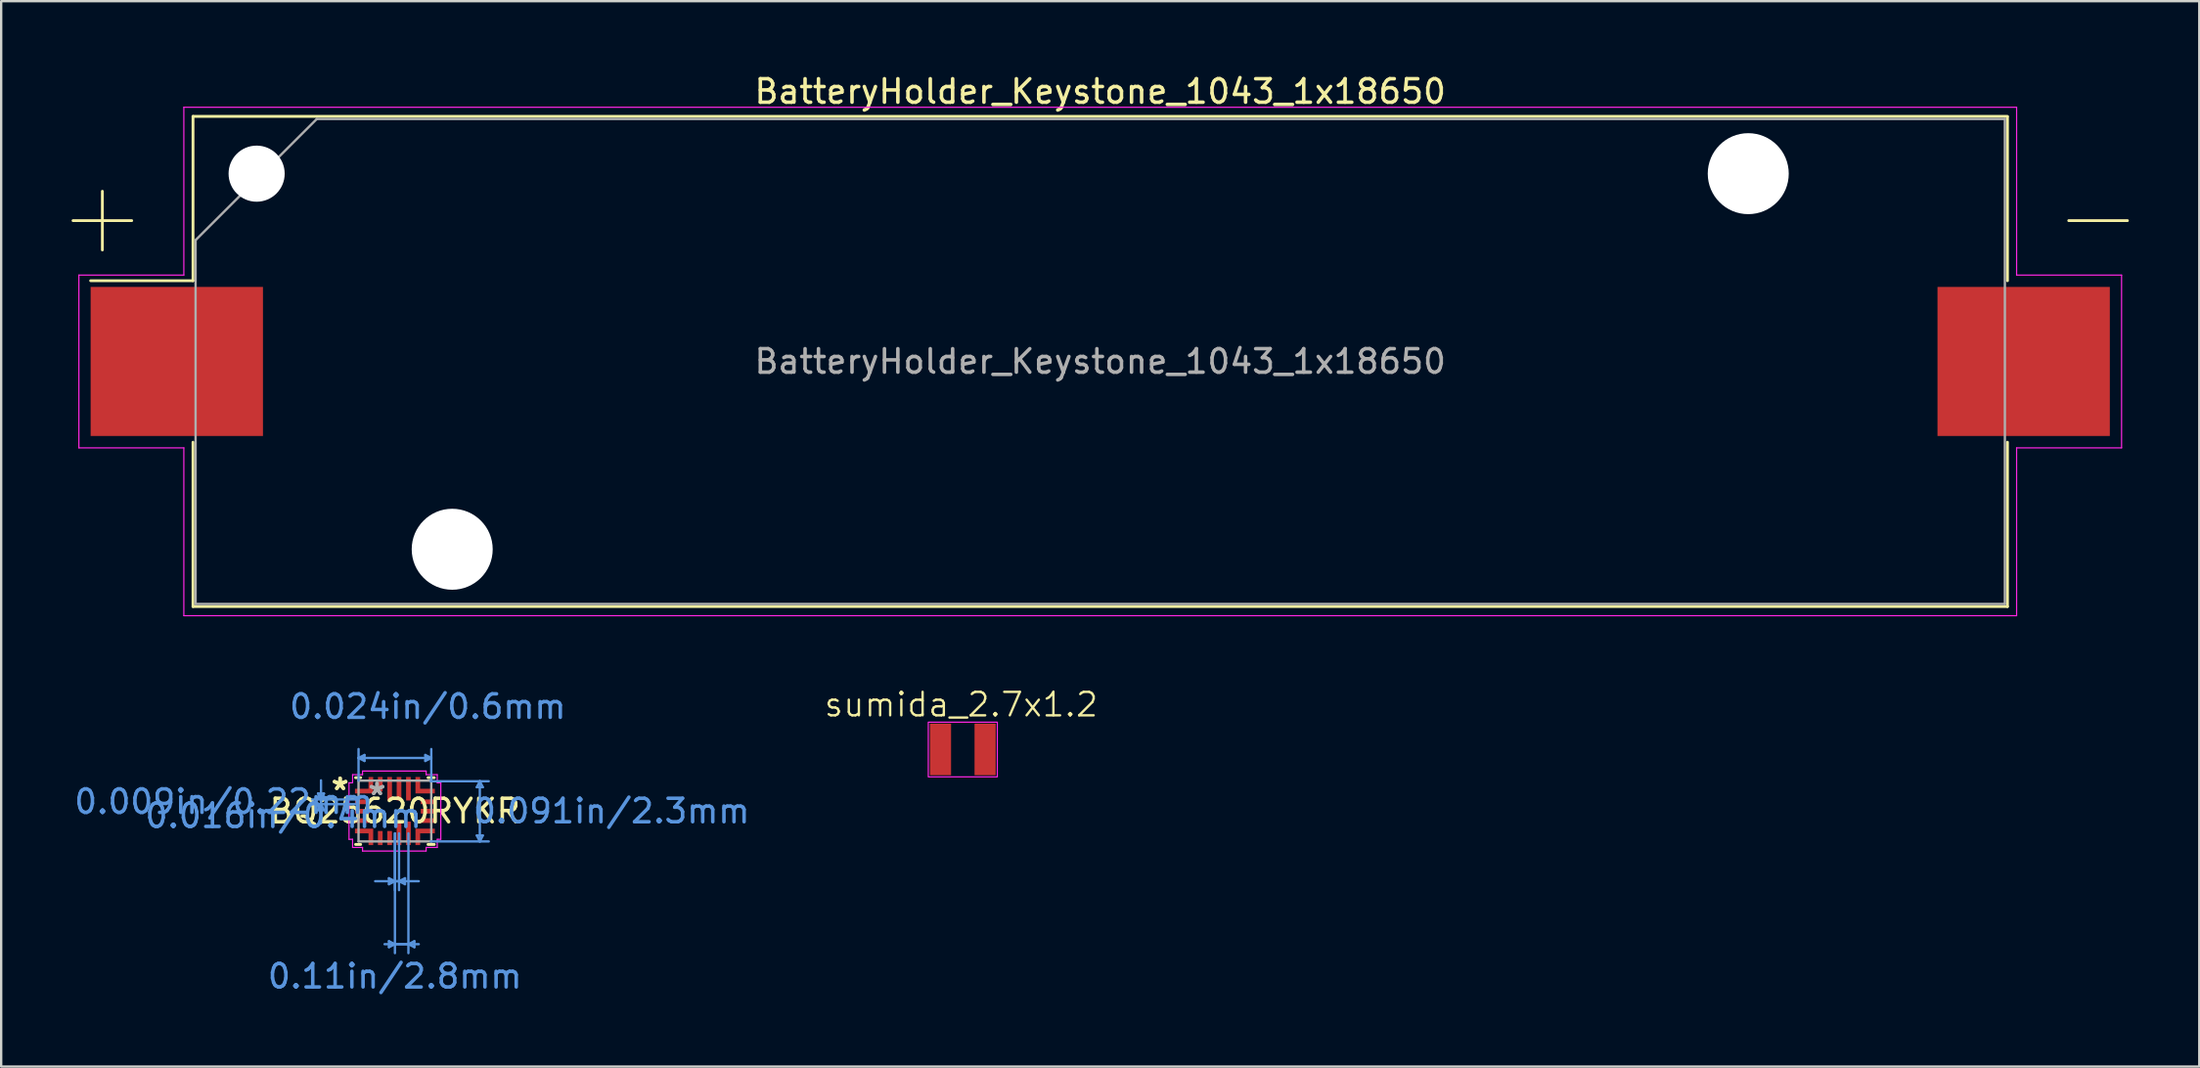
<source format=kicad_pcb>
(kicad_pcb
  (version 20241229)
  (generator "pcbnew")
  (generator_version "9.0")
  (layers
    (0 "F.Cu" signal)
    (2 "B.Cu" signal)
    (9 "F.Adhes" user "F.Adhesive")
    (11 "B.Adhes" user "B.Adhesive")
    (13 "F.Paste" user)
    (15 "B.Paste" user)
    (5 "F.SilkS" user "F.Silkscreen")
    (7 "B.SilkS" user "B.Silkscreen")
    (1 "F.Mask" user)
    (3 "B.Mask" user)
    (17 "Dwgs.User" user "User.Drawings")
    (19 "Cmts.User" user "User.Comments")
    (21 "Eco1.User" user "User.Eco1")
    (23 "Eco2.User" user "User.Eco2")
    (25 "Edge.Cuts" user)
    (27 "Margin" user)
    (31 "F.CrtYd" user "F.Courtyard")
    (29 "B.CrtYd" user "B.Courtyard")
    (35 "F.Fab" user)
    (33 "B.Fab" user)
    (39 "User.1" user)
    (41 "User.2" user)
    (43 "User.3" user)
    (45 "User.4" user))
  (footprint "BatteryHolder_Keystone_1043_1x18650"
    (layer "F.Cu")
    (at 43.81 12.348)
    (property "Reference" "BatteryHolder_Keystone_1043_1x18650" (at 0 -11.5 0) (layer "F.SilkS") (effects (font (size 1 1) (thickness 0.15))))
    (attr smd)
    (fp_line (start -43.75 -6) (end -41.25 -6) (stroke (width 0.12) (type solid)) (layer "F.SilkS"))
    (fp_line (start -42.5 -4.75) (end -42.5 -7.25) (stroke (width 0.12) (type solid)) (layer "F.SilkS"))
    (fp_line (start -38.64 -10.44) (end -38.64 -3.44) (stroke (width 0.12) (type solid)) (layer "F.SilkS"))
    (fp_line (start -38.64 -3.44) (end -43 -3.44) (stroke (width 0.12) (type solid)) (layer "F.SilkS"))
    (fp_line (start -38.64 10.44) (end -38.64 3.44) (stroke (width 0.12) (type solid)) (layer "F.SilkS"))
    (fp_line (start 38.64 -10.44) (end -38.64 -10.44) (stroke (width 0.12) (type solid)) (layer "F.SilkS"))
    (fp_line (start 38.64 -3.44) (end 38.64 -10.42) (stroke (width 0.12) (type solid)) (layer "F.SilkS"))
    (fp_line (start 38.64 3.44) (end 38.64 10.44) (stroke (width 0.12) (type solid)) (layer "F.SilkS"))
    (fp_line (start 38.64 10.44) (end -38.64 10.44) (stroke (width 0.12) (type solid)) (layer "F.SilkS"))
    (fp_line (start 43.75 -6) (end 41.25 -6) (stroke (width 0.12) (type solid)) (layer "F.SilkS"))
    (fp_line (start -43.5 -3.68) (end -39.03 -3.68) (stroke (width 0.05) (type solid)) (layer "F.CrtYd"))
    (fp_line (start -43.5 3.68) (end -43.5 -3.68) (stroke (width 0.05) (type solid)) (layer "F.CrtYd"))
    (fp_line (start -39.03 -10.83) (end -39.03 -3.68) (stroke (width 0.05) (type solid)) (layer "F.CrtYd"))
    (fp_line (start -39.03 -10.83) (end 39.03 -10.83) (stroke (width 0.05) (type solid)) (layer "F.CrtYd"))
    (fp_line (start -39.03 3.68) (end -43.5 3.68) (stroke (width 0.05) (type solid)) (layer "F.CrtYd"))
    (fp_line (start -39.03 10.83) (end -39.03 3.68) (stroke (width 0.05) (type solid)) (layer "F.CrtYd"))
    (fp_line (start -39.03 10.83) (end 39.03 10.83) (stroke (width 0.05) (type solid)) (layer "F.CrtYd"))
    (fp_line (start 39.03 -10.83) (end 39.03 -3.68) (stroke (width 0.05) (type solid)) (layer "F.CrtYd"))
    (fp_line (start 39.03 3.68) (end 43.5 3.68) (stroke (width 0.05) (type solid)) (layer "F.CrtYd"))
    (fp_line (start 39.03 10.83) (end 39.03 3.68) (stroke (width 0.05) (type solid)) (layer "F.CrtYd"))
    (fp_line (start 43.5 -3.68) (end 39.03 -3.68) (stroke (width 0.05) (type solid)) (layer "F.CrtYd"))
    (fp_line (start 43.5 3.68) (end 43.5 -3.68) (stroke (width 0.05) (type solid)) (layer "F.CrtYd"))
    (fp_line (start -38.53 -5.168) (end -38.53 10.33) (stroke (width 0.1) (type solid)) (layer "F.Fab"))
    (fp_line (start -38.53 10.33) (end 38.53 10.33) (stroke (width 0.1) (type solid)) (layer "F.Fab"))
    (fp_line (start -33.367 -10.33) (end -38.53 -5.168) (stroke (width 0.1) (type solid)) (layer "F.Fab"))
    (fp_line (start -33.367 -10.33) (end 38.53 -10.33) (stroke (width 0.1) (type solid)) (layer "F.Fab"))
    (fp_line (start 38.53 -10.33) (end 38.53 10.33) (stroke (width 0.1) (type solid)) (layer "F.Fab"))
    (fp_text user "${REFERENCE}" (at 0 0 0) (layer "F.Fab") (effects (font (size 1 1) (thickness 0.15))))
    (pad "" np_thru_hole circle (at -35.93 -8) (size 2.39 2.39) (drill 2.39) (layers "*.Cu" "*.Mask"))
    (pad "" np_thru_hole circle (at -27.6 8) (size 3.45 3.45) (drill 3.45) (layers "*.Cu" "*.Mask"))
    (pad "" np_thru_hole circle (at 27.6 -8) (size 3.45 3.45) (drill 3.45) (layers "*.Cu" "*.Mask"))
    (pad "1" smd rect (at -39.33 0) (size 7.34 6.35) (layers "F.Cu" "F.Mask" "F.Paste"))
    (pad "2" smd rect (at 39.33 0) (size 7.34 6.35) (layers "F.Cu" "F.Mask" "F.Paste")))
  (footprint "BQ25620RYKR"
    (layer "F.Cu")
    (at 13.77 31.5)
    (property "Reference" "BQ25620RYKR" (at 0 0 0) (layer "F.SilkS") (effects (font (size 1 1) (thickness 0.15))))
    (attr smd)
    (fp_line (start -1.676 -1.422) (end -1.458 -1.422) (stroke (width 0.12) (type solid)) (layer "F.SilkS"))
    (fp_line (start -1.458 1.422) (end -1.676 1.422) (stroke (width 0.12) (type solid)) (layer "F.SilkS"))
    (fp_line (start 1.408 -1.422) (end 1.676 -1.422) (stroke (width 0.12) (type solid)) (layer "F.SilkS"))
    (fp_line (start 1.676 1.422) (end 1.408 1.422) (stroke (width 0.12) (type solid)) (layer "F.SilkS"))
    (fp_line (start -3.275 -0.747) (end -3.148 -0.493) (stroke (width 0.1) (type solid)) (layer "Cmts.User"))
    (fp_line (start -3.275 -0.039) (end -3.148 -0.293) (stroke (width 0.1) (type solid)) (layer "Cmts.User"))
    (fp_line (start -3.275 -0.039) (end -3.021 -0.039) (stroke (width 0.1) (type solid)) (layer "Cmts.User"))
    (fp_line (start -3.148 -1.309) (end -3.148 -0.293) (stroke (width 0.1) (type solid)) (layer "Cmts.User"))
    (fp_line (start -3.148 0.523) (end -3.148 -0.493) (stroke (width 0.1) (type solid)) (layer "Cmts.User"))
    (fp_line (start -3.021 -0.747) (end -3.275 -0.747) (stroke (width 0.1) (type solid)) (layer "Cmts.User"))
    (fp_line (start -3.021 -0.747) (end -3.148 -0.493) (stroke (width 0.1) (type solid)) (layer "Cmts.User"))
    (fp_line (start -3.021 -0.039) (end -3.148 -0.293) (stroke (width 0.1) (type solid)) (layer "Cmts.User"))
    (fp_line (start -1.7 -0.493) (end -3.529 -0.493) (stroke (width 0.1) (type solid)) (layer "Cmts.User"))
    (fp_line (start -1.7 -0.293) (end -3.529 -0.293) (stroke (width 0.1) (type solid)) (layer "Cmts.User"))
    (fp_line (start -1.549 -2.261) (end 1.549 -2.261) (stroke (width 0.1) (type solid)) (layer "Cmts.User"))
    (fp_line (start -1.549 -1.295) (end -1.549 -2.642) (stroke (width 0.1) (type solid)) (layer "Cmts.User"))
    (fp_line (start -1.295 -2.388) (end -1.549 -2.261) (stroke (width 0.1) (type solid)) (layer "Cmts.User"))
    (fp_line (start -1.295 -2.134) (end -1.549 -2.261) (stroke (width 0.1) (type solid)) (layer "Cmts.User"))
    (fp_line (start -1.295 -2.134) (end -1.295 -2.388) (stroke (width 0.1) (type solid)) (layer "Cmts.User"))
    (fp_line (start -0.841 2.989) (end 0.175 2.989) (stroke (width 0.1) (type solid)) (layer "Cmts.User"))
    (fp_line (start -0.441 5.672) (end 0.575 5.672) (stroke (width 0.1) (type solid)) (layer "Cmts.User"))
    (fp_line (start -0.254 5.545) (end -0.254 5.799) (stroke (width 0.1) (type solid)) (layer "Cmts.User"))
    (fp_line (start -0.254 5.545) (end -0.000017 5.672) (stroke (width 0.1) (type solid)) (layer "Cmts.User"))
    (fp_line (start -0.254 5.799) (end -0.000017 5.672) (stroke (width 0.1) (type solid)) (layer "Cmts.User"))
    (fp_line (start -0.254 2.862) (end -0.254 3.116) (stroke (width 0.1) (type solid)) (layer "Cmts.User"))
    (fp_line (start -0.254 2.862) (end -0.000007 2.989) (stroke (width 0.1) (type solid)) (layer "Cmts.User"))
    (fp_line (start -0.254 3.116) (end -0.000007 2.989) (stroke (width 0.1) (type solid)) (layer "Cmts.User"))
    (fp_line (start 0 0.95) (end -0.000019 6.053) (stroke (width 0.1) (type solid)) (layer "Cmts.User"))
    (fp_line (start 0 0.95) (end -0.000009 3.37) (stroke (width 0.1) (type solid)) (layer "Cmts.User"))
    (fp_line (start 0.175 0.95) (end 0.175 3.37) (stroke (width 0.1) (type solid)) (layer "Cmts.User"))
    (fp_line (start 0.429 2.862) (end 0.175 2.989) (stroke (width 0.1) (type solid)) (layer "Cmts.User"))
    (fp_line (start 0.429 3.116) (end 0.175 2.989) (stroke (width 0.1) (type solid)) (layer "Cmts.User"))
    (fp_line (start 0.429 3.116) (end 0.429 2.862) (stroke (width 0.1) (type solid)) (layer "Cmts.User"))
    (fp_line (start 0.575 0.95) (end 0.575 6.053) (stroke (width 0.1) (type solid)) (layer "Cmts.User"))
    (fp_line (start 0.829 5.545) (end 0.575 5.672) (stroke (width 0.1) (type solid)) (layer "Cmts.User"))
    (fp_line (start 0.829 5.799) (end 0.575 5.672) (stroke (width 0.1) (type solid)) (layer "Cmts.User"))
    (fp_line (start 0.829 5.799) (end 0.829 5.545) (stroke (width 0.1) (type solid)) (layer "Cmts.User"))
    (fp_line (start 1.016 5.672) (end -0.000017 5.672) (stroke (width 0.1) (type solid)) (layer "Cmts.User"))
    (fp_line (start 1.016 2.989) (end -0.000007 2.989) (stroke (width 0.1) (type solid)) (layer "Cmts.User"))
    (fp_line (start 1.295 -2.388) (end 1.295 -2.134) (stroke (width 0.1) (type solid)) (layer "Cmts.User"))
    (fp_line (start 1.295 -2.388) (end 1.549 -2.261) (stroke (width 0.1) (type solid)) (layer "Cmts.User"))
    (fp_line (start 1.295 -2.134) (end 1.549 -2.261) (stroke (width 0.1) (type solid)) (layer "Cmts.User"))
    (fp_line (start 1.524 -1.27) (end 3.997 -1.27) (stroke (width 0.1) (type solid)) (layer "Cmts.User"))
    (fp_line (start 1.524 1.295) (end 3.997 1.295) (stroke (width 0.1) (type solid)) (layer "Cmts.User"))
    (fp_line (start 1.549 -1.295) (end 1.549 -2.642) (stroke (width 0.1) (type solid)) (layer "Cmts.User"))
    (fp_line (start 3.489 1.041) (end 3.616 1.295) (stroke (width 0.1) (type solid)) (layer "Cmts.User"))
    (fp_line (start 3.489 -1.016) (end 3.616 -1.27) (stroke (width 0.1) (type solid)) (layer "Cmts.User"))
    (fp_line (start 3.489 -1.016) (end 3.743 -1.016) (stroke (width 0.1) (type solid)) (layer "Cmts.User"))
    (fp_line (start 3.616 -1.27) (end 3.616 1.295) (stroke (width 0.1) (type solid)) (layer "Cmts.User"))
    (fp_line (start 3.743 1.041) (end 3.489 1.041) (stroke (width 0.1) (type solid)) (layer "Cmts.User"))
    (fp_line (start 3.743 1.041) (end 3.616 1.295) (stroke (width 0.1) (type solid)) (layer "Cmts.User"))
    (fp_line (start 3.743 -1.016) (end 3.616 -1.27) (stroke (width 0.1) (type solid)) (layer "Cmts.User"))
    (fp_line (start -1.955 -1.204) (end -1.955 1.204) (stroke (width 0.05) (type default)) (layer "F.CrtYd"))
    (fp_line (start -1.955 1.204) (end -1.803 1.204) (stroke (width 0.05) (type solid)) (layer "F.CrtYd"))
    (fp_line (start -1.803 -1.549) (end -1.803 -1.204) (stroke (width 0.05) (type solid)) (layer "F.CrtYd"))
    (fp_line (start -1.803 -1.204) (end -1.955 -1.204) (stroke (width 0.05) (type solid)) (layer "F.CrtYd"))
    (fp_line (start -1.803 1.204) (end -1.803 1.549) (stroke (width 0.05) (type solid)) (layer "F.CrtYd"))
    (fp_line (start -1.803 1.549) (end -1.379 1.549) (stroke (width 0.05) (type solid)) (layer "F.CrtYd"))
    (fp_line (start -1.379 -1.704) (end -1.379 -1.549) (stroke (width 0.05) (type solid)) (layer "F.CrtYd"))
    (fp_line (start -1.379 -1.549) (end -1.803 -1.549) (stroke (width 0.05) (type solid)) (layer "F.CrtYd"))
    (fp_line (start -1.379 1.549) (end -1.379 1.704) (stroke (width 0.05) (type solid)) (layer "F.CrtYd"))
    (fp_line (start 1.329 -1.704) (end -1.379 -1.704) (stroke (width 0.05) (type default)) (layer "F.CrtYd"))
    (fp_line (start 1.329 -1.549) (end 1.329 -1.704) (stroke (width 0.05) (type solid)) (layer "F.CrtYd"))
    (fp_line (start 1.329 1.549) (end 1.803 1.549) (stroke (width 0.05) (type solid)) (layer "F.CrtYd"))
    (fp_line (start 1.329 1.704) (end -1.379 1.704) (stroke (width 0.05) (type default)) (layer "F.CrtYd"))
    (fp_line (start 1.329 1.704) (end 1.329 1.549) (stroke (width 0.05) (type solid)) (layer "F.CrtYd"))
    (fp_line (start 1.803 -1.549) (end 1.329 -1.549) (stroke (width 0.05) (type solid)) (layer "F.CrtYd"))
    (fp_line (start 1.803 -1.204) (end 1.803 -1.549) (stroke (width 0.05) (type solid)) (layer "F.CrtYd"))
    (fp_line (start 1.803 1.204) (end 1.954 1.204) (stroke (width 0.05) (type solid)) (layer "F.CrtYd"))
    (fp_line (start 1.803 1.549) (end 1.803 1.204) (stroke (width 0.05) (type solid)) (layer "F.CrtYd"))
    (fp_line (start 1.954 -1.204) (end 1.803 -1.204) (stroke (width 0.05) (type solid)) (layer "F.CrtYd"))
    (fp_line (start 1.954 -1.204) (end 1.954 1.204) (stroke (width 0.05) (type default)) (layer "F.CrtYd"))
    (fp_line (start -1.549 -1.295) (end -1.549 1.295) (stroke (width 0.1) (type solid)) (layer "F.Fab"))
    (fp_line (start -1.549 1.295) (end 1.549 1.295) (stroke (width 0.1) (type solid)) (layer "F.Fab"))
    (fp_line (start 1.549 -1.295) (end -1.549 -1.295) (stroke (width 0.1) (type solid)) (layer "F.Fab"))
    (fp_line (start 1.549 1.295) (end 1.549 -1.295) (stroke (width 0.1) (type solid)) (layer "F.Fab"))
    (fp_text user "*" (at -2.335 -0.85 0) (layer "F.SilkS") (effects (font (size 1 1) (thickness 0.15))))
    (fp_text user "*" (at -2.335 -0.85 0) (layer "F.SilkS") (effects (font (size 1 1) (thickness 0.15))))
    (fp_text user "0.024in/0.6mm" (at 1.4 -4.448 0) (layer "Cmts.User") (effects (font (size 1 1) (thickness 0.15))))
    (fp_text user "Copyright 2021 Accelerated Designs. All rights reserved." (at 0 0 0) (layer "Cmts.User") (effects (font (size 0.127 0.127) (thickness 0.002))))
    (fp_text user "0.009in/0.22mm" (at -7.288 -0.4 0) (layer "Cmts.User") (effects (font (size 1 1) (thickness 0.15))))
    (fp_text user "0.11in/2.8mm" (at 0 7.038 0) (layer "Cmts.User") (effects (font (size 1 1) (thickness 0.15))))
    (fp_text user "0.016in/0.4mm" (at -4.748 0.2 0) (layer "Cmts.User") (effects (font (size 1 1) (thickness 0.15))))
    (fp_text user "0.091in/2.3mm" (at 9.228 0 0) (layer "Cmts.User") (effects (font (size 1 1) (thickness 0.15))))
    (fp_text user "*" (at -0.762 -0.635 0) (layer "F.Fab") (effects (font (size 1 1) (thickness 0.15))))
    (fp_text user "*" (at -0.762 -0.635 0) (layer "F.Fab") (effects (font (size 1 1) (thickness 0.15))))
    (pad "1" smd custom (at -1.025 -0.85) (size 0.127 0.127) (layers "F.Cu" "F.Mask" "F.Paste") (options (anchor rect)) (primitives (gr_poly (pts (xy -0.676 -0.1) (xy -0.676 0.1) (xy 0.1 0.1) (xy 0.1 -0.6) (xy -0.1 -0.6) (xy -0.1 -0.1)) (width 0) (fill yes))))
    (pad "2" smd rect (at -1.388 -0.393) (size 0.625 0.2) (layers "F.Cu" "F.Mask" "F.Paste"))
    (pad "3" smd rect (at -1.388 0.007) (size 0.625 0.2) (layers "F.Cu" "F.Mask" "F.Paste"))
    (pad "4" smd rect (at -1.388 0.407) (size 0.625 0.2) (layers "F.Cu" "F.Mask" "F.Paste"))
    (pad "5" smd custom (at -1.025 0.85) (size 0.127 0.127) (layers "F.Cu" "F.Mask" "F.Paste") (options (anchor rect)) (primitives (gr_poly (pts (xy -0.676 0.1) (xy -0.676 -0.1) (xy 0.1 -0.1) (xy 0.1 0.6) (xy -0.1 0.6) (xy -0.1 0.1)) (width 0) (fill yes))))
    (pad "6" smd rect (at -0.625 1.15 90) (size 0.6 0.2) (layers "F.Cu" "F.Mask" "F.Paste"))
    (pad "7" smd rect (at -0.225 1.15 90) (size 0.6 0.2) (layers "F.Cu" "F.Mask" "F.Paste"))
    (pad "8" smd rect (at 0.175 0.95) (size 0.2 1) (layers "F.Cu" "F.Mask" "F.Paste"))
    (pad "9" smd rect (at 0.575 0.95) (size 0.2 1) (layers "F.Cu" "F.Mask" "F.Paste"))
    (pad "10" smd custom (at 0.975 0.85) (size 0.127 0.127) (layers "F.Cu" "F.Mask" "F.Paste") (options (anchor rect)) (primitives (gr_poly (pts (xy -0.1 0.6) (xy -0.1 -0.1) (xy 0.725 -0.1) (xy 0.725 0.1) (xy 0.1 0.1) (xy 0.1 0.6)) (width 0) (fill yes))))
    (pad "11" smd rect (at 1.4 0.407) (size 0.6 0.2) (layers "F.Cu" "F.Mask" "F.Paste"))
    (pad "12" smd rect (at 1.4 0.007) (size 0.6 0.2) (layers "F.Cu" "F.Mask" "F.Paste"))
    (pad "13" smd rect (at 1.4 -0.393) (size 0.6 0.2) (layers "F.Cu" "F.Mask" "F.Paste"))
    (pad "14" smd custom (at 0.975 -0.85) (size 0.127 0.127) (layers "F.Cu" "F.Mask" "F.Paste") (options (anchor rect)) (primitives (gr_poly (pts (xy -0.1 -0.6) (xy -0.1 0.1) (xy 0.725 0.1) (xy 0.725 -0.1) (xy 0.1 -0.1) (xy 0.1 -0.6)) (width 0) (fill yes))))
    (pad "15" smd rect (at 0.575 -0.95) (size 0.2 1) (layers "F.Cu" "F.Mask" "F.Paste"))
    (pad "16" smd rect (at 0.175 -0.95) (size 0.2 1) (layers "F.Cu" "F.Mask" "F.Paste"))
    (pad "17" smd rect (at -0.225 -0.95) (size 0.2 1) (layers "F.Cu" "F.Mask" "F.Paste"))
    (pad "18" smd rect (at -0.625 -1.141 90) (size 0.619 0.2) (layers "F.Cu" "F.Mask" "F.Paste")))
  (footprint "sumida_2.7x1.2"
    (layer "F.Cu")
    (at 37.957 28.874)
    (property "Reference" "sumida_2.7x1.2" (at -0.07 -1.91 0) (unlocked yes) (layer "F.SilkS") (effects (font (size 1 1) (thickness 0.1))))
    (attr smd)
    (fp_rect (start -1.47 -1.16) (end 1.47 1.17) (stroke (width 0.05) (type default)) (fill no) (layer "F.CrtYd"))
    (pad "1" smd rect (at -0.95 0) (size 0.9 2.2) (layers "F.Cu" "F.Mask" "F.Paste"))
    (pad "2" smd rect (at 0.95 0) (size 0.9 2.2) (layers "F.Cu" "F.Mask" "F.Paste")))
  (gr_rect
    (start -3 -3)
    (end 90.62 42.386)
    (stroke (width 0.1) (type default))
    (fill no)
    (layer "Edge.Cuts")))
</source>
